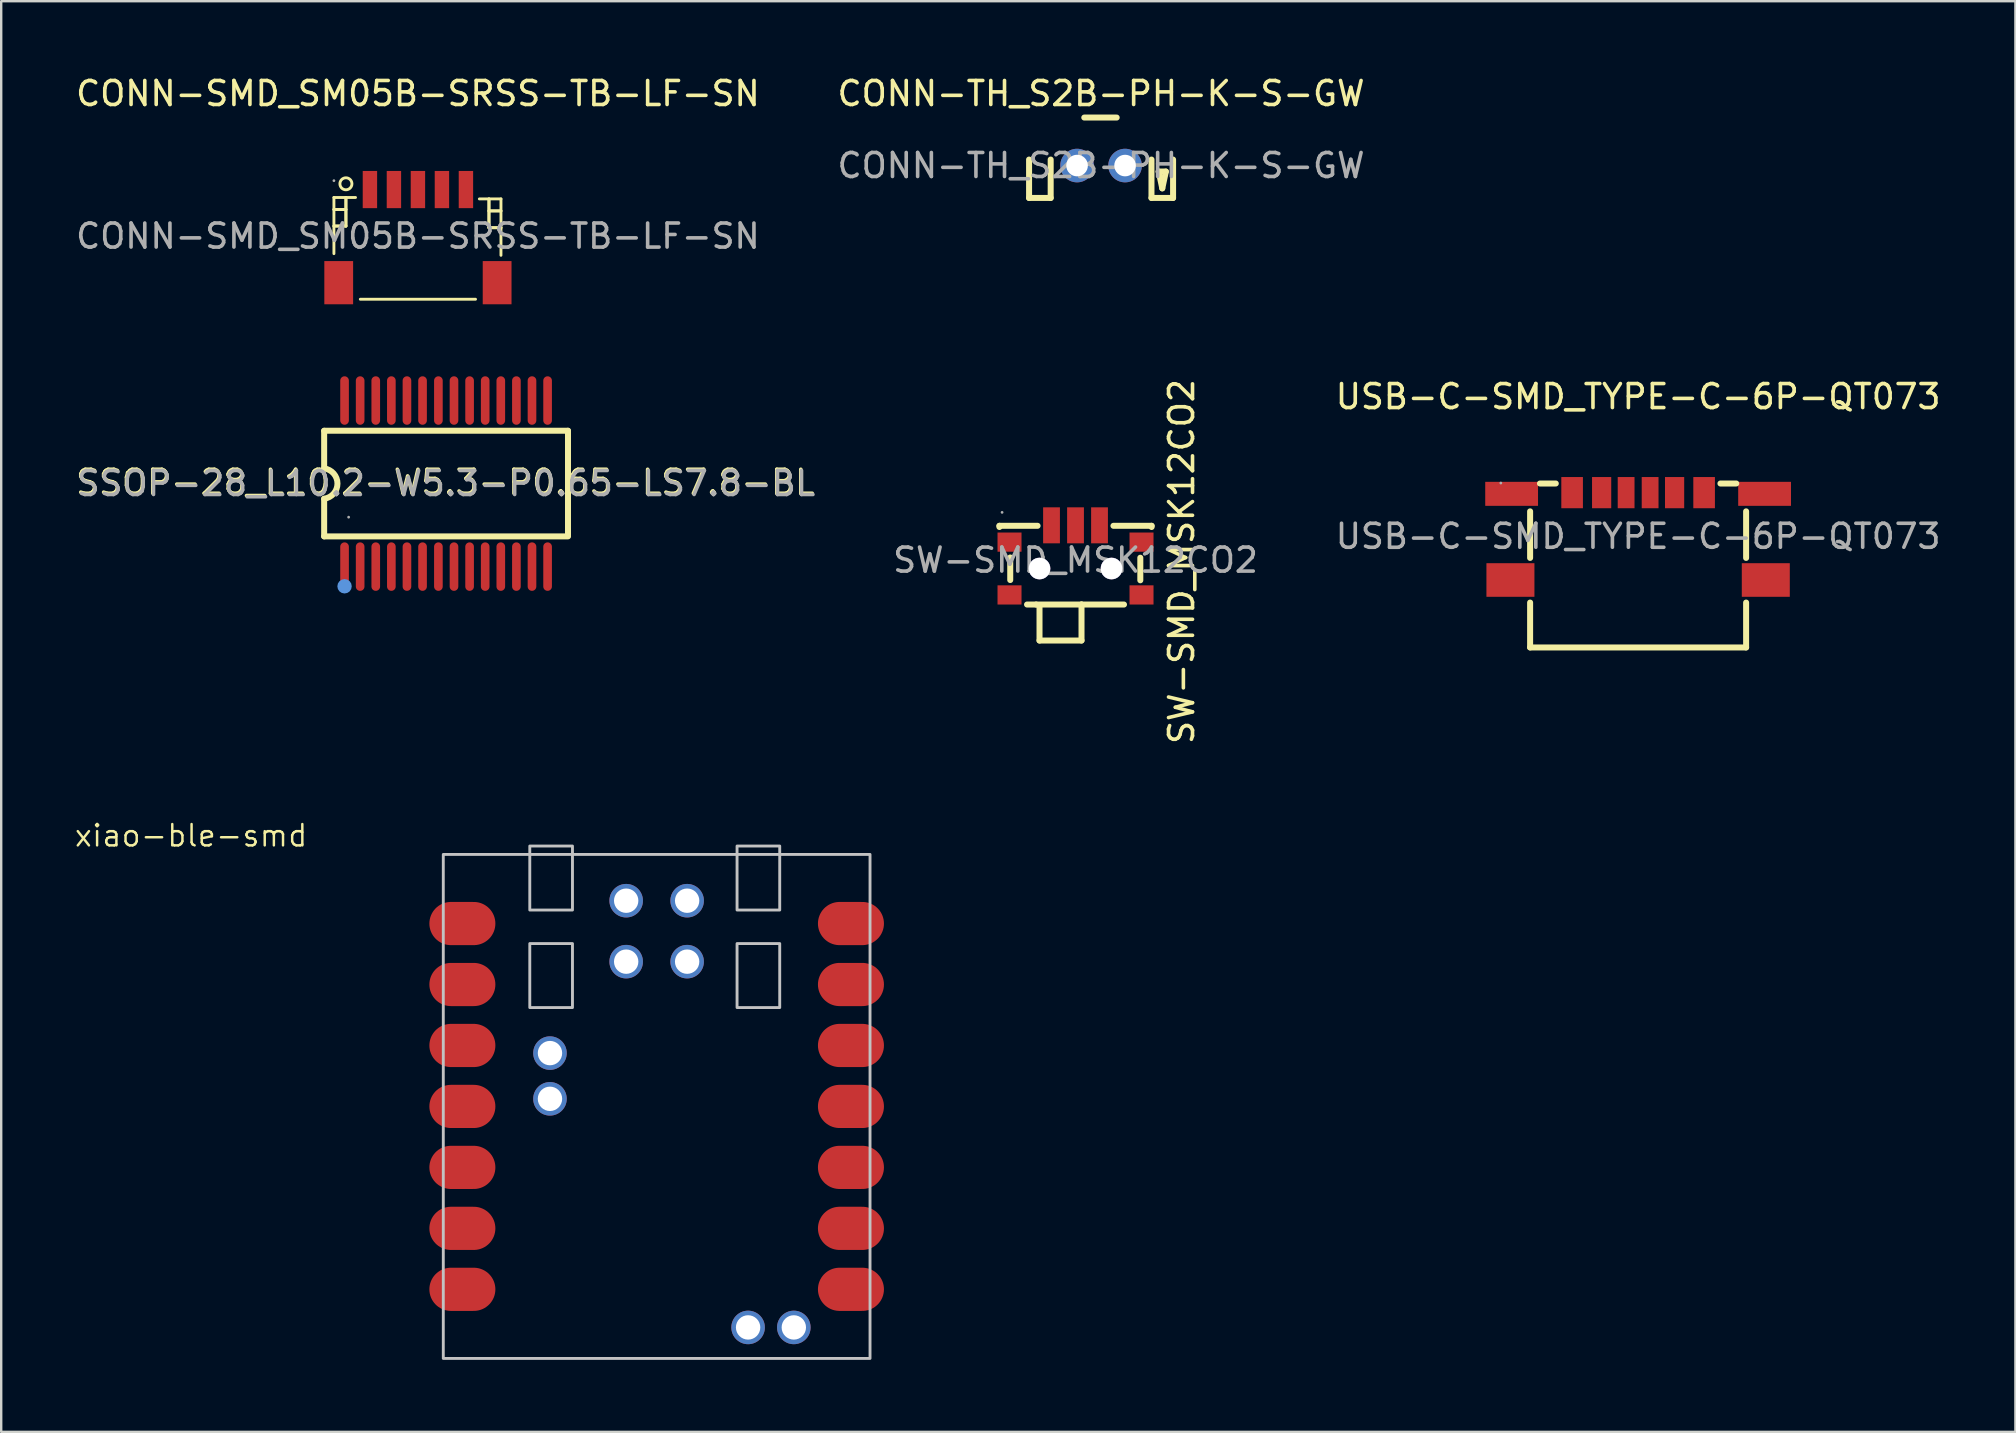
<source format=kicad_pcb>
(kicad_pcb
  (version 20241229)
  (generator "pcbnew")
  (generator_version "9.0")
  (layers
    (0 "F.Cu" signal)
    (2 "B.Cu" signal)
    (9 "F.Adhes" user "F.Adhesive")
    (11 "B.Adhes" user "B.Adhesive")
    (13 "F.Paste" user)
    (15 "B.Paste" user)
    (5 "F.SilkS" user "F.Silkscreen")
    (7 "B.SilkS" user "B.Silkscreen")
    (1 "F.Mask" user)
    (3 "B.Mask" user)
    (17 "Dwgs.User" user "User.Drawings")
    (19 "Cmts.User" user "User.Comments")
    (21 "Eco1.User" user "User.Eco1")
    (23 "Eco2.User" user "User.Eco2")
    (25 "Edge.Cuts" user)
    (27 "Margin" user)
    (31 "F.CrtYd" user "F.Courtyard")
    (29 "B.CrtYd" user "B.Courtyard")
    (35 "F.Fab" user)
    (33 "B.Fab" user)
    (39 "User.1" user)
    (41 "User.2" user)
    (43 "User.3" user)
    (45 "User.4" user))
  (footprint "USB-C-SMD_TYPE-C-6P-QT073"
    (layer "F.Cu")
    (at 65.203 19.296)
    (property "Reference" "USB-C-SMD_TYPE-C-6P-QT073" (at 0 -5.82 0) (layer "F.SilkS") (effects (font (size 1 1) (thickness 0.15))))
    (attr smd)
    (fp_line (start -4.5 0.9) (end -4.5 -1.04) (stroke (width 0.25) (type solid)) (layer "F.SilkS"))
    (fp_line (start -4.5 4.63) (end -4.5 2.76) (stroke (width 0.25) (type solid)) (layer "F.SilkS"))
    (fp_line (start -4.5 4.63) (end 4.5 4.63) (stroke (width 0.25) (type solid)) (layer "F.SilkS"))
    (fp_line (start -4.09 -2.2) (end -3.43 -2.2) (stroke (width 0.25) (type solid)) (layer "F.SilkS"))
    (fp_line (start 3.43 -2.2) (end 4.09 -2.2) (stroke (width 0.25) (type solid)) (layer "F.SilkS"))
    (fp_line (start 4.5 0.9) (end 4.5 -1.04) (stroke (width 0.25) (type solid)) (layer "F.SilkS"))
    (fp_line (start 4.5 4.63) (end 4.5 2.76) (stroke (width 0.25) (type solid)) (layer "F.SilkS"))
    (fp_circle (center -5.72 -2.22) (end -5.69 -2.22) (stroke (width 0.06) (type solid)) (fill no) (layer "F.Fab"))
    (fp_text user "${REFERENCE}" (at 0 0 0) (layer "F.Fab") (effects (font (size 1 1) (thickness 0.15))))
    (pad "7" smd rect (at -5.32 1.82 270) (size 1.4 2) (layers "F.Cu" "F.Mask" "F.Paste"))
    (pad "7" smd rect (at -5.27 -1.77 180) (size 2.2 1) (layers "F.Cu" "F.Mask" "F.Paste"))
    (pad "7" smd rect (at 5.27 -1.77 180) (size 2.2 1) (layers "F.Cu" "F.Mask" "F.Paste"))
    (pad "7" smd rect (at 5.32 1.82 270) (size 1.4 2) (layers "F.Cu" "F.Mask" "F.Paste"))
    (pad "A5" smd rect (at -0.5 -1.82 180) (size 0.7 1.3) (layers "F.Cu" "F.Mask" "F.Paste"))
    (pad "A9" smd rect (at 1.52 -1.82 180) (size 0.8 1.3) (layers "F.Cu" "F.Mask" "F.Paste"))
    (pad "A12" smd rect (at 2.75 -1.82 180) (size 0.9 1.3) (layers "F.Cu" "F.Mask" "F.Paste"))
    (pad "B5" smd rect (at 0.5 -1.82 180) (size 0.7 1.3) (layers "F.Cu" "F.Mask" "F.Paste"))
    (pad "B9" smd rect (at -1.52 -1.82 180) (size 0.8 1.3) (layers "F.Cu" "F.Mask" "F.Paste"))
    (pad "B12" smd rect (at -2.75 -1.82 180) (size 0.9 1.3) (layers "F.Cu" "F.Mask" "F.Paste")))
  (footprint "CONN-SMD_SM05B-SRSS-TB-LF-SN"
    (layer "F.Cu")
    (at 14.363 6.788)
    (property "Reference" "CONN-SMD_SM05B-SRSS-TB-LF-SN" (at 0 -5.94 180) (layer "F.SilkS") (effects (font (size 1 1) (thickness 0.15))))
    (attr smd)
    (fp_line (start -3.5 -1.61) (end -2.6 -1.61) (stroke (width 0.12) (type solid)) (layer "F.SilkS"))
    (fp_line (start -3.5 -1.11) (end -3 -1.11) (stroke (width 0.12) (type solid)) (layer "F.SilkS"))
    (fp_line (start -3.5 -0.42) (end -3 -0.42) (stroke (width 0.12) (type solid)) (layer "F.SilkS"))
    (fp_line (start -3.5 0.73) (end -3.5 -1.61) (stroke (width 0.12) (type solid)) (layer "F.SilkS"))
    (fp_line (start -3 -1.61) (end -3 -0.42) (stroke (width 0.12) (type solid)) (layer "F.SilkS"))
    (fp_line (start -3 -1.11) (end -3.5 -1.11) (stroke (width 0.12) (type solid)) (layer "F.SilkS"))
    (fp_line (start -3 -0.42) (end -3.5 -0.42) (stroke (width 0.12) (type solid)) (layer "F.SilkS"))
    (fp_line (start -3 -0.42) (end -3 -1.61) (stroke (width 0.12) (type solid)) (layer "F.SilkS"))
    (fp_line (start -2.4 2.63) (end 2.4 2.63) (stroke (width 0.12) (type solid)) (layer "F.SilkS"))
    (fp_line (start 2.96 -1.55) (end 2.96 -0.35) (stroke (width 0.12) (type solid)) (layer "F.SilkS"))
    (fp_line (start 2.96 -1.05) (end 3.46 -1.05) (stroke (width 0.12) (type solid)) (layer "F.SilkS"))
    (fp_line (start 2.96 -0.35) (end 2.96 -1.55) (stroke (width 0.12) (type solid)) (layer "F.SilkS"))
    (fp_line (start 2.96 -0.35) (end 3.46 -0.35) (stroke (width 0.12) (type solid)) (layer "F.SilkS"))
    (fp_line (start 3.46 -1.55) (end 2.56 -1.55) (stroke (width 0.12) (type solid)) (layer "F.SilkS"))
    (fp_line (start 3.46 -1.05) (end 2.96 -1.05) (stroke (width 0.12) (type solid)) (layer "F.SilkS"))
    (fp_line (start 3.46 -0.35) (end 2.96 -0.35) (stroke (width 0.12) (type solid)) (layer "F.SilkS"))
    (fp_line (start 3.46 0.8) (end 3.46 -1.55) (stroke (width 0.12) (type solid)) (layer "F.SilkS"))
    (fp_arc (start -2.75 -2.18) (mid -3.24995 -2.174987) (end -2.7502 -2.189989) (stroke (width 0.12) (type solid)) (layer "F.SilkS"))
    (fp_circle (center -3.5 -2.31) (end -3.47 -2.31) (stroke (width 0.06) (type solid)) (fill no) (layer "F.Fab"))
    (fp_text user "${REFERENCE}" (at 0 0 180) (layer "F.Fab") (effects (font (size 1 1) (thickness 0.15))))
    (pad "1" smd rect (at -2 -1.94) (size 0.6 1.55) (layers "F.Cu" "F.Mask" "F.Paste"))
    (pad "2" smd rect (at -1 -1.94) (size 0.6 1.55) (layers "F.Cu" "F.Mask" "F.Paste"))
    (pad "3" smd rect (at 0 -1.94) (size 0.6 1.55) (layers "F.Cu" "F.Mask" "F.Paste"))
    (pad "4" smd rect (at 1 -1.94) (size 0.6 1.55) (layers "F.Cu" "F.Mask" "F.Paste"))
    (pad "5" smd rect (at 2 -1.94) (size 0.6 1.55) (layers "F.Cu" "F.Mask" "F.Paste"))
    (pad "6" smd rect (at -3.3 1.94) (size 1.2 1.8) (layers "F.Cu" "F.Mask" "F.Paste"))
    (pad "7" smd rect (at 3.3 1.94) (size 1.2 1.8) (layers "F.Cu" "F.Mask" "F.Paste")))
  (footprint "SSOP-28_L10.2-W5.3-P0.65-LS7.8-BL"
    (layer "F.Cu")
    (at 15.536 17.098)
    (property "Reference" "SSOP-28_L10.2-W5.3-P0.65-LS7.8-BL" (at -0.03 -0.05 180) (layer "F.SilkS") (effects (font (size 1 1) (thickness 0.15))))
    (attr through_hole)
    (fp_line (start -5.08 -2.2) (end 5.08 -2.2) (stroke (width 0.25) (type solid)) (layer "F.SilkS"))
    (fp_line (start -5.08 -0.63) (end -5.08 -2.2) (stroke (width 0.25) (type solid)) (layer "F.SilkS"))
    (fp_line (start -5.08 0.64) (end -5.08 2.2) (stroke (width 0.25) (type solid)) (layer "F.SilkS"))
    (fp_line (start -5.08 2.2) (end 5.08 2.2) (stroke (width 0.25) (type solid)) (layer "F.SilkS"))
    (fp_line (start 5.08 -2.2) (end 5.08 2.16) (stroke (width 0.25) (type solid)) (layer "F.SilkS"))
    (fp_arc (start -5.08 -0.63) (mid -4.524941 0.000797) (end -5.081582 0.630199) (stroke (width 0.25) (type solid)) (layer "F.SilkS"))
    (fp_circle (center -4.23 4.28) (end -4.08 4.28) (stroke (width 0.3) (type solid)) (fill no) (layer "Cmts.User"))
    (fp_circle (center -4.06 1.4) (end -4.03 1.4) (stroke (width 0.06) (type solid)) (fill no) (layer "F.Fab"))
    (fp_text user "${REFERENCE}" (at 0 0 180) (layer "F.Fab") (effects (font (size 1 1) (thickness 0.15))))
    (pad "1" smd oval (at -4.23 3.46) (size 0.36 2.02) (layers "F.Cu" "F.Mask" "F.Paste"))
    (pad "2" smd oval (at -3.58 3.46) (size 0.36 2.02) (layers "F.Cu" "F.Mask" "F.Paste"))
    (pad "3" smd oval (at -2.93 3.46) (size 0.36 2.02) (layers "F.Cu" "F.Mask" "F.Paste"))
    (pad "4" smd oval (at -2.28 3.46) (size 0.36 2.02) (layers "F.Cu" "F.Mask" "F.Paste"))
    (pad "5" smd oval (at -1.63 3.46) (size 0.36 2.02) (layers "F.Cu" "F.Mask" "F.Paste"))
    (pad "6" smd oval (at -0.98 3.46) (size 0.36 2.02) (layers "F.Cu" "F.Mask" "F.Paste"))
    (pad "7" smd oval (at -0.32 3.46) (size 0.36 2.02) (layers "F.Cu" "F.Mask" "F.Paste"))
    (pad "8" smd oval (at 0.33 3.46) (size 0.36 2.02) (layers "F.Cu" "F.Mask" "F.Paste"))
    (pad "9" smd oval (at 0.98 3.46) (size 0.36 2.02) (layers "F.Cu" "F.Mask" "F.Paste"))
    (pad "10" smd oval (at 1.63 3.46) (size 0.36 2.02) (layers "F.Cu" "F.Mask" "F.Paste"))
    (pad "11" smd oval (at 2.28 3.46) (size 0.36 2.02) (layers "F.Cu" "F.Mask" "F.Paste"))
    (pad "12" smd oval (at 2.93 3.46) (size 0.36 2.02) (layers "F.Cu" "F.Mask" "F.Paste"))
    (pad "13" smd oval (at 3.58 3.46) (size 0.36 2.02) (layers "F.Cu" "F.Mask" "F.Paste"))
    (pad "14" smd oval (at 4.23 3.46) (size 0.36 2.02) (layers "F.Cu" "F.Mask" "F.Paste"))
    (pad "15" smd oval (at 4.23 -3.46) (size 0.36 2.02) (layers "F.Cu" "F.Mask" "F.Paste"))
    (pad "16" smd oval (at 3.58 -3.46) (size 0.36 2.02) (layers "F.Cu" "F.Mask" "F.Paste"))
    (pad "17" smd oval (at 2.93 -3.46) (size 0.36 2.02) (layers "F.Cu" "F.Mask" "F.Paste"))
    (pad "18" smd oval (at 2.28 -3.46) (size 0.36 2.02) (layers "F.Cu" "F.Mask" "F.Paste"))
    (pad "19" smd oval (at 1.63 -3.46) (size 0.36 2.02) (layers "F.Cu" "F.Mask" "F.Paste"))
    (pad "20" smd oval (at 0.98 -3.46) (size 0.36 2.02) (layers "F.Cu" "F.Mask" "F.Paste"))
    (pad "21" smd oval (at 0.33 -3.46) (size 0.36 2.02) (layers "F.Cu" "F.Mask" "F.Paste"))
    (pad "22" smd oval (at -0.32 -3.46) (size 0.36 2.02) (layers "F.Cu" "F.Mask" "F.Paste"))
    (pad "23" smd oval (at -0.98 -3.46) (size 0.36 2.02) (layers "F.Cu" "F.Mask" "F.Paste"))
    (pad "24" smd oval (at -1.63 -3.46) (size 0.36 2.02) (layers "F.Cu" "F.Mask" "F.Paste"))
    (pad "25" smd oval (at -2.28 -3.46) (size 0.36 2.02) (layers "F.Cu" "F.Mask" "F.Paste"))
    (pad "26" smd oval (at -2.93 -3.46) (size 0.36 2.02) (layers "F.Cu" "F.Mask" "F.Paste"))
    (pad "27" smd oval (at -3.58 -3.46) (size 0.36 2.02) (layers "F.Cu" "F.Mask" "F.Paste"))
    (pad "28" smd oval (at -4.23 -3.46) (size 0.36 2.02) (layers "F.Cu" "F.Mask" "F.Paste")))
  (footprint "CONN-TH_S2B-PH-K-S-GW"
    (layer "F.Cu")
    (at 42.827 3.848)
    (property "Reference" "CONN-TH_S2B-PH-K-S-GW" (at 0 -3 0) (layer "F.SilkS") (effects (font (size 1 1) (thickness 0.15))))
    (attr through_hole)
    (fp_line (start -3 -0.25) (end -3 1.35) (stroke (width 0.25) (type solid)) (layer "F.SilkS"))
    (fp_line (start -3 1.35) (end -2.1 1.35) (stroke (width 0.25) (type solid)) (layer "F.SilkS"))
    (fp_line (start -2.1 1.35) (end -2.1 -0.25) (stroke (width 0.25) (type solid)) (layer "F.SilkS"))
    (fp_line (start -0.7 -2) (end 0.65 -2) (stroke (width 0.25) (type solid)) (layer "F.SilkS"))
    (fp_line (start 2.1 1.35) (end 2.1 -0.25) (stroke (width 0.25) (type solid)) (layer "F.SilkS"))
    (fp_line (start 2.4 0.25) (end 2.7 0.25) (stroke (width 0.25) (type solid)) (layer "F.SilkS"))
    (fp_line (start 2.55 0.95) (end 2.4 0.25) (stroke (width 0.25) (type solid)) (layer "F.SilkS"))
    (fp_line (start 2.7 0.25) (end 2.55 0.95) (stroke (width 0.25) (type solid)) (layer "F.SilkS"))
    (fp_line (start 3 -0.25) (end 3 1.35) (stroke (width 0.25) (type solid)) (layer "F.SilkS"))
    (fp_line (start 3 1.35) (end 2.1 1.35) (stroke (width 0.25) (type solid)) (layer "F.SilkS"))
    (fp_circle (center -1 0) (end -0.82 0) (stroke (width 0.35) (type solid)) (fill no) (layer "F.Fab"))
    (fp_circle (center 1 0) (end 1.18 0) (stroke (width 0.35) (type solid)) (fill no) (layer "F.Fab"))
    (fp_text user "${REFERENCE}" (at 0 0 0) (layer "F.Fab") (effects (font (size 1 1) (thickness 0.15))))
    (pad "1" thru_hole circle (at 1 0) (size 1.4 1.4) (drill 0.9) (layers "*.Cu" "*.Mask"))
    (pad "2" thru_hole circle (at -1 0) (size 1.4 1.4) (drill 0.9) (layers "*.Cu" "*.Mask")))
  (footprint "SW-SMD_MSK12CO2"
    (layer "F.Cu")
    (at 41.762 20.288)
    (property "Reference" "SW-SMD_MSK12CO2" (at 4.42 0.06 90) (layer "F.SilkS") (effects (font (size 1 1) (thickness 0.15))))
    (attr smd)
    (fp_line (start -3.17 -1.43) (end -3.17 -1.38) (stroke (width 0.25) (type solid)) (layer "F.SilkS"))
    (fp_line (start -2.72 -0.11) (end -2.72 0.83) (stroke (width 0.25) (type solid)) (layer "F.SilkS"))
    (fp_line (start -1.64 1.85) (end -2.02 1.85) (stroke (width 0.25) (type solid)) (layer "F.SilkS"))
    (fp_line (start -1.58 -1.43) (end -3.17 -1.43) (stroke (width 0.25) (type solid)) (layer "F.SilkS"))
    (fp_line (start -1.5 3.35) (end -1.5 1.9) (stroke (width 0.25) (type solid)) (layer "F.SilkS"))
    (fp_line (start 0.25 1.85) (end -1.64 1.85) (stroke (width 0.25) (type solid)) (layer "F.SilkS"))
    (fp_line (start 0.25 1.85) (end 0.25 3.35) (stroke (width 0.25) (type solid)) (layer "F.SilkS"))
    (fp_line (start 0.25 1.85) (end 2.02 1.85) (stroke (width 0.25) (type solid)) (layer "F.SilkS"))
    (fp_line (start 0.25 3.35) (end -1.5 3.35) (stroke (width 0.25) (type solid)) (layer "F.SilkS"))
    (fp_line (start 1.58 -1.43) (end 3.17 -1.43) (stroke (width 0.25) (type solid)) (layer "F.SilkS"))
    (fp_line (start 2.7 -0.1) (end 2.7 0.84) (stroke (width 0.25) (type solid)) (layer "F.SilkS"))
    (fp_line (start 3.17 -1.43) (end 3.17 -1.38) (stroke (width 0.25) (type solid)) (layer "F.SilkS"))
    (fp_circle (center -1.5 0.35) (end -1.31 0.35) (stroke (width 0.38) (type solid)) (fill no) (layer "Cmts.User"))
    (fp_circle (center 1.5 0.35) (end 1.69 0.35) (stroke (width 0.38) (type solid)) (fill no) (layer "Cmts.User"))
    (fp_circle (center -3.06 -1.99) (end -3.03 -1.99) (stroke (width 0.06) (type solid)) (fill no) (layer "F.Fab"))
    (fp_text user "${REFERENCE}" (at 0 0 0) (layer "F.Fab") (effects (font (size 1 1) (thickness 0.15))))
    (pad "" thru_hole circle (at -1.5 0.35) (size 0.9 0.9) (drill 0.9) (layers "*.Cu" "*.Mask"))
    (pad "" thru_hole circle (at 1.5 0.35) (size 0.9 0.9) (drill 0.9) (layers "*.Cu" "*.Mask"))
    (pad "1" smd rect (at -1 -1.45) (size 0.7 1.5) (layers "F.Cu" "F.Mask" "F.Paste"))
    (pad "2" smd rect (at 0 -1.45) (size 0.7 1.5) (layers "F.Cu" "F.Mask" "F.Paste"))
    (pad "3" smd rect (at 1 -1.45) (size 0.7 1.5) (layers "F.Cu" "F.Mask" "F.Paste"))
    (pad "4" smd rect (at -2.75 -0.75) (size 1 0.8) (layers "F.Cu" "F.Mask" "F.Paste"))
    (pad "4" smd rect (at -2.75 1.45) (size 1 0.8) (layers "F.Cu" "F.Mask" "F.Paste"))
    (pad "5" smd rect (at 2.75 -0.75) (size 1 0.8) (layers "F.Cu" "F.Mask" "F.Paste"))
    (pad "5" smd rect (at 2.75 1.45) (size 1 0.8) (layers "F.Cu" "F.Mask" "F.Paste")))
  (footprint "xiao-ble-smd"
    (layer "F.Cu")
    (at 24.31 43.05)
    (property "Reference" "xiao-ble-smd" (at -19.399 -11.283 180) (layer "F.SilkS") (effects (font (size 0.889 0.889) (thickness 0.102))))
    (attr smd exclude_from_pos_files exclude_from_bom dnp)
    (fp_poly (pts (xy -8.89 10.5) (xy 8.89 10.5) (xy 8.89 -10.5) (xy -8.89 -10.5)) (stroke (width 0.12) (type solid)) (fill no) (layer "Dwgs.User"))
    (fp_poly (pts (xy -5.286 -6.786) (xy -3.508 -6.786) (xy -3.508 -4.119) (xy -5.286 -4.119)) (stroke (width 0.12) (type solid)) (fill no) (layer "Dwgs.User"))
    (fp_poly (pts (xy -3.508 -8.183) (xy -5.286 -8.183) (xy -5.286 -10.85) (xy -3.508 -10.85)) (stroke (width 0.12) (type solid)) (fill no) (layer "Dwgs.User"))
    (fp_poly (pts (xy 3.35 -10.85) (xy 5.128 -10.85) (xy 5.128 -8.183) (xy 3.35 -8.183)) (stroke (width 0.12) (type solid)) (fill no) (layer "Dwgs.User"))
    (fp_poly (pts (xy 3.35 -6.786) (xy 5.128 -6.786) (xy 5.128 -4.119) (xy 3.35 -4.119)) (stroke (width 0.12) (type solid)) (fill no) (layer "Dwgs.User"))
    (pad "1" smd oval (at -8.57 -7.62 180) (size 2.75 1.8) (drill (offset -0.475 0)) (layers "F.Cu" "F.Mask" "F.Paste"))
    (pad "2" smd oval (at -8.57 -5.08 180) (size 2.75 1.8) (drill (offset -0.475 0)) (layers "F.Cu" "F.Mask" "F.Paste"))
    (pad "3" smd oval (at -8.57 -2.54 180) (size 2.75 1.8) (drill (offset -0.475 0)) (layers "F.Cu" "F.Mask" "F.Paste"))
    (pad "4" smd oval (at -8.57 0 180) (size 2.75 1.8) (drill (offset -0.475 0)) (layers "F.Cu" "F.Mask" "F.Paste"))
    (pad "5" smd oval (at -8.57 2.54 180) (size 2.75 1.8) (drill (offset -0.475 0)) (layers "F.Cu" "F.Mask" "F.Paste"))
    (pad "6" smd oval (at -8.57 5.08 180) (size 2.75 1.8) (drill (offset -0.475 0)) (layers "F.Cu" "F.Mask" "F.Paste"))
    (pad "7" smd oval (at -8.57 7.62 180) (size 2.75 1.8) (drill (offset -0.475 0)) (layers "F.Cu" "F.Mask" "F.Paste"))
    (pad "8" smd oval (at 8.57 7.62) (size 2.75 1.8) (drill (offset -0.475 0)) (layers "F.Cu" "F.Mask" "F.Paste"))
    (pad "9" smd oval (at 8.57 5.08) (size 2.75 1.8) (drill (offset -0.475 0)) (layers "F.Cu" "F.Mask" "F.Paste"))
    (pad "10" smd oval (at 8.57 2.54) (size 2.75 1.8) (drill (offset -0.475 0)) (layers "F.Cu" "F.Mask" "F.Paste"))
    (pad "11" smd oval (at 8.57 0) (size 2.75 1.8) (drill (offset -0.475 0)) (layers "F.Cu" "F.Mask" "F.Paste"))
    (pad "12" smd oval (at 8.57 -2.54) (size 2.75 1.8) (drill (offset -0.475 0)) (layers "F.Cu" "F.Mask" "F.Paste"))
    (pad "13" smd oval (at 8.57 -5.08) (size 2.75 1.8) (drill (offset -0.475 0)) (layers "F.Cu" "F.Mask" "F.Paste"))
    (pad "14" smd oval (at 8.57 -7.62) (size 2.75 1.8) (drill (offset -0.475 0)) (layers "F.Cu" "F.Mask" "F.Paste"))
    (pad "15" thru_hole circle (at -1.27 -8.572 90) (size 1.397 1.397) (drill 1.016) (layers "*.Cu" "*.Mask"))
    (pad "16" thru_hole circle (at 1.27 -8.572 90) (size 1.397 1.397) (drill 1.016) (layers "*.Cu" "*.Mask"))
    (pad "17" thru_hole circle (at -1.27 -6.032 90) (size 1.397 1.397) (drill 1.016) (layers "*.Cu" "*.Mask"))
    (pad "18" thru_hole circle (at 1.27 -6.032 90) (size 1.397 1.397) (drill 1.016) (layers "*.Cu" "*.Mask"))
    (pad "19" thru_hole circle (at -4.445 -0.317 180) (size 1.397 1.397) (drill 1.016) (layers "*.Cu" "*.Mask"))
    (pad "20" thru_hole circle (at -4.445 -2.222 180) (size 1.397 1.397) (drill 1.016) (layers "*.Cu" "*.Mask"))
    (pad "21" thru_hole circle (at 3.81 9.208 180) (size 1.397 1.397) (drill 1.016) (layers "*.Cu" "*.Mask"))
    (pad "22" thru_hole circle (at 5.715 9.208 180) (size 1.397 1.397) (drill 1.016) (layers "*.Cu" "*.Mask")))
  (gr_rect
    (start -3 -3)
    (end 80.923 56.61)
    (stroke (width 0.1) (type default))
    (fill no)
    (layer "Edge.Cuts")))
</source>
